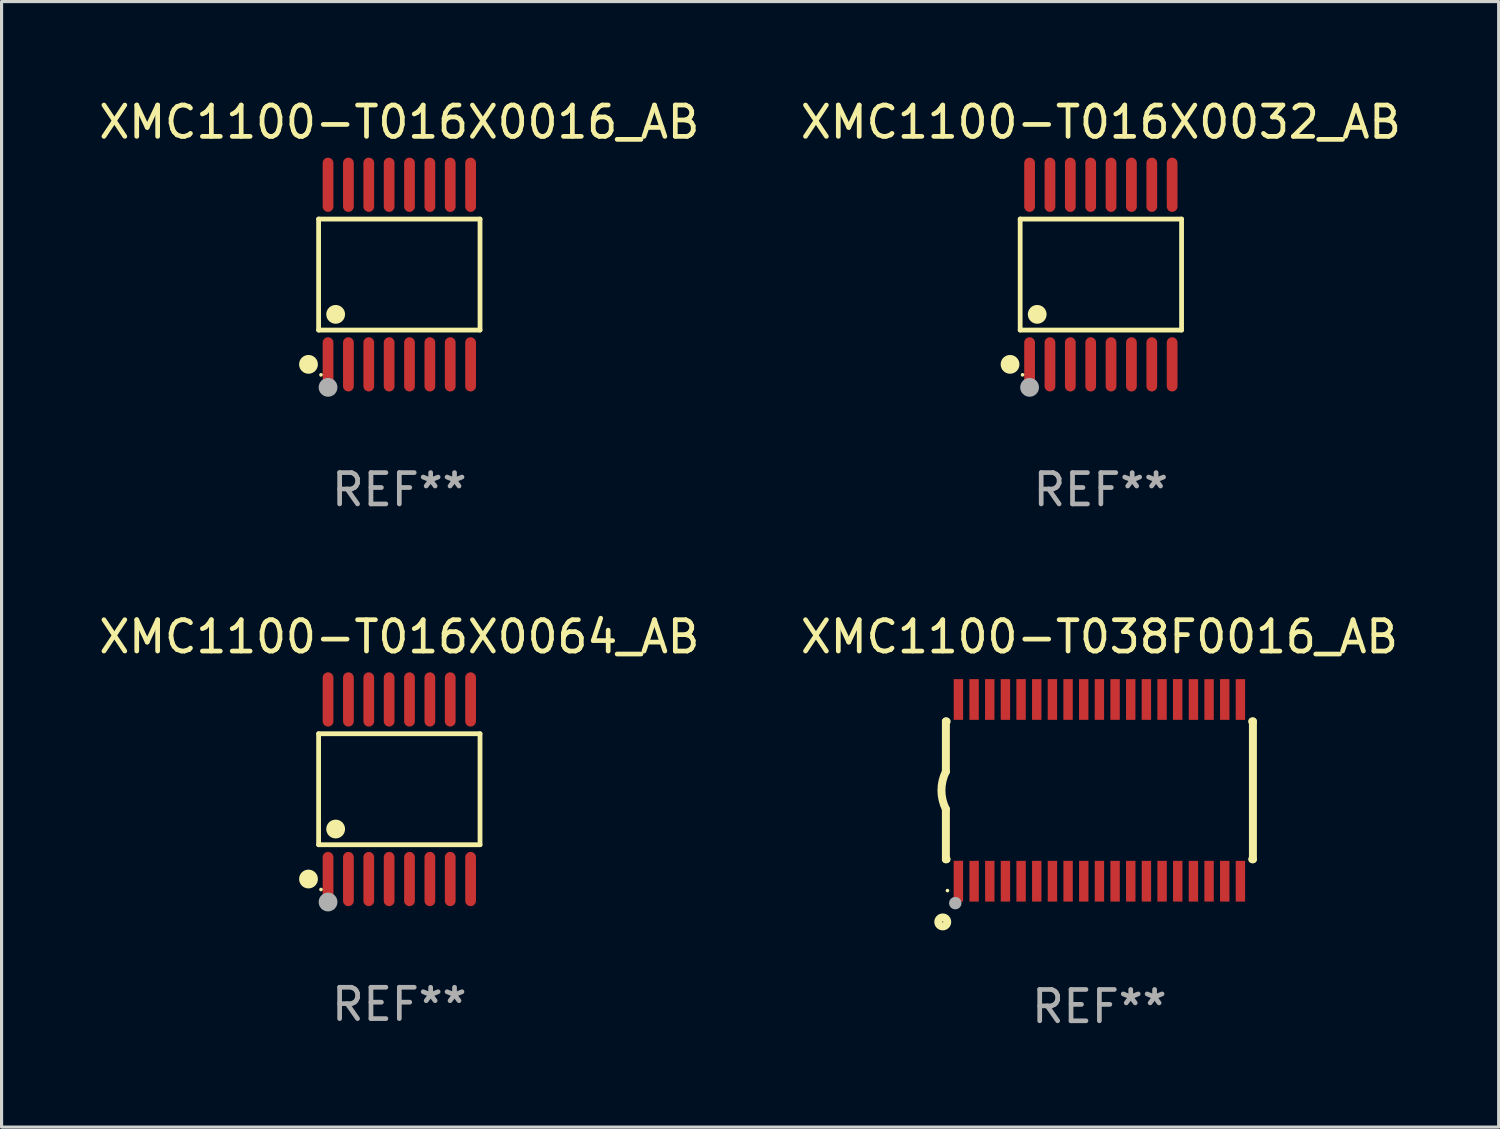
<source format=kicad_pcb>
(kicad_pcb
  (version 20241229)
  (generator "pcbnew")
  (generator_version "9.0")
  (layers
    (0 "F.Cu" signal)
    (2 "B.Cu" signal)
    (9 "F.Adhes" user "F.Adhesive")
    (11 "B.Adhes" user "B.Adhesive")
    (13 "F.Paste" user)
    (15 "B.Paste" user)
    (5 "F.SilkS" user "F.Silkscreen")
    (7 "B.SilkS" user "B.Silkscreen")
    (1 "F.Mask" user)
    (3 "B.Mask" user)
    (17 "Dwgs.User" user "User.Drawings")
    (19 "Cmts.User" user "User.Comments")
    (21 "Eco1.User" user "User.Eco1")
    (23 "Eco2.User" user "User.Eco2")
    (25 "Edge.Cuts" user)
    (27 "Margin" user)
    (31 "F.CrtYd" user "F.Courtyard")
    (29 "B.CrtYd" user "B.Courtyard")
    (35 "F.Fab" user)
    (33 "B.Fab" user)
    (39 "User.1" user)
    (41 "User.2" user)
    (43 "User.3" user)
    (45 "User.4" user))
  (footprint "XMC1100-T016X0016_AB"
    (layer "F.Cu")
    (at 9.696 5.714)
    (property "Reference" "XMC1100-T016X0016_AB" (at 0 -4.866 0) (layer "F.SilkS") (effects (font (size 1 1) (thickness 0.15))))
    (attr through_hole)
    (fp_line (start -2.576 -1.772) (end 2.576 -1.772) (stroke (width 0.152) (type solid)) (layer "F.SilkS"))
    (fp_line (start -2.576 1.771) (end -2.576 -1.772) (stroke (width 0.152) (type solid)) (layer "F.SilkS"))
    (fp_line (start 2.576 -1.772) (end 2.576 1.771) (stroke (width 0.152) (type solid)) (layer "F.SilkS"))
    (fp_line (start 2.576 1.771) (end -2.576 1.771) (stroke (width 0.152) (type solid)) (layer "F.SilkS"))
    (fp_circle (center -2.899 2.866) (end -2.749 2.866) (stroke (width 0.3) (type solid)) (fill no) (layer "F.SilkS"))
    (fp_circle (center -2.5 3.2) (end -2.47 3.2) (stroke (width 0.06) (type solid)) (fill no) (layer "F.SilkS"))
    (fp_circle (center -2.032 1.27) (end -1.882 1.27) (stroke (width 0.3) (type solid)) (fill no) (layer "F.SilkS"))
    (fp_circle (center -2.275 3.6) (end -2.125 3.6) (stroke (width 0.3) (type solid)) (fill no) (layer "F.Fab"))
    (fp_text user "REF**" (at 0 6.866 0) (layer "F.Fab") (effects (font (size 1 1) (thickness 0.15))))
    (pad "1" smd oval (at -2.275 2.866) (size 0.343 1.731) (layers "F.Cu" "F.Mask" "F.Paste"))
    (pad "2" smd oval (at -1.625 2.866) (size 0.343 1.731) (layers "F.Cu" "F.Mask" "F.Paste"))
    (pad "3" smd oval (at -0.975 2.866) (size 0.343 1.731) (layers "F.Cu" "F.Mask" "F.Paste"))
    (pad "4" smd oval (at -0.325 2.866) (size 0.343 1.731) (layers "F.Cu" "F.Mask" "F.Paste"))
    (pad "5" smd oval (at 0.325 2.866) (size 0.343 1.731) (layers "F.Cu" "F.Mask" "F.Paste"))
    (pad "6" smd oval (at 0.975 2.866) (size 0.343 1.731) (layers "F.Cu" "F.Mask" "F.Paste"))
    (pad "7" smd oval (at 1.625 2.866) (size 0.343 1.731) (layers "F.Cu" "F.Mask" "F.Paste"))
    (pad "8" smd oval (at 2.275 2.866) (size 0.343 1.731) (layers "F.Cu" "F.Mask" "F.Paste"))
    (pad "9" smd oval (at 2.275 -2.866) (size 0.343 1.731) (layers "F.Cu" "F.Mask" "F.Paste"))
    (pad "10" smd oval (at 1.625 -2.866) (size 0.343 1.731) (layers "F.Cu" "F.Mask" "F.Paste"))
    (pad "11" smd oval (at 0.975 -2.866) (size 0.343 1.731) (layers "F.Cu" "F.Mask" "F.Paste"))
    (pad "12" smd oval (at 0.325 -2.866) (size 0.343 1.731) (layers "F.Cu" "F.Mask" "F.Paste"))
    (pad "13" smd oval (at -0.325 -2.866) (size 0.343 1.731) (layers "F.Cu" "F.Mask" "F.Paste"))
    (pad "14" smd oval (at -0.975 -2.866) (size 0.343 1.731) (layers "F.Cu" "F.Mask" "F.Paste"))
    (pad "15" smd oval (at -1.625 -2.866) (size 0.343 1.731) (layers "F.Cu" "F.Mask" "F.Paste"))
    (pad "16" smd oval (at -2.275 -2.866) (size 0.343 1.731) (layers "F.Cu" "F.Mask" "F.Paste")))
  (footprint "XMC1100-T016X0064_AB"
    (layer "F.Cu")
    (at 9.696 22.142)
    (property "Reference" "XMC1100-T016X0064_AB" (at 0 -4.866 0) (layer "F.SilkS") (effects (font (size 1 1) (thickness 0.15))))
    (attr through_hole)
    (fp_line (start -2.576 -1.772) (end 2.576 -1.772) (stroke (width 0.152) (type solid)) (layer "F.SilkS"))
    (fp_line (start -2.576 1.771) (end -2.576 -1.772) (stroke (width 0.152) (type solid)) (layer "F.SilkS"))
    (fp_line (start 2.576 -1.772) (end 2.576 1.771) (stroke (width 0.152) (type solid)) (layer "F.SilkS"))
    (fp_line (start 2.576 1.771) (end -2.576 1.771) (stroke (width 0.152) (type solid)) (layer "F.SilkS"))
    (fp_circle (center -2.899 2.866) (end -2.749 2.866) (stroke (width 0.3) (type solid)) (fill no) (layer "F.SilkS"))
    (fp_circle (center -2.5 3.2) (end -2.47 3.2) (stroke (width 0.06) (type solid)) (fill no) (layer "F.SilkS"))
    (fp_circle (center -2.032 1.27) (end -1.882 1.27) (stroke (width 0.3) (type solid)) (fill no) (layer "F.SilkS"))
    (fp_circle (center -2.275 3.6) (end -2.125 3.6) (stroke (width 0.3) (type solid)) (fill no) (layer "F.Fab"))
    (fp_text user "REF**" (at 0 6.866 0) (layer "F.Fab") (effects (font (size 1 1) (thickness 0.15))))
    (pad "1" smd oval (at -2.275 2.866) (size 0.343 1.731) (layers "F.Cu" "F.Mask" "F.Paste"))
    (pad "2" smd oval (at -1.625 2.866) (size 0.343 1.731) (layers "F.Cu" "F.Mask" "F.Paste"))
    (pad "3" smd oval (at -0.975 2.866) (size 0.343 1.731) (layers "F.Cu" "F.Mask" "F.Paste"))
    (pad "4" smd oval (at -0.325 2.866) (size 0.343 1.731) (layers "F.Cu" "F.Mask" "F.Paste"))
    (pad "5" smd oval (at 0.325 2.866) (size 0.343 1.731) (layers "F.Cu" "F.Mask" "F.Paste"))
    (pad "6" smd oval (at 0.975 2.866) (size 0.343 1.731) (layers "F.Cu" "F.Mask" "F.Paste"))
    (pad "7" smd oval (at 1.625 2.866) (size 0.343 1.731) (layers "F.Cu" "F.Mask" "F.Paste"))
    (pad "8" smd oval (at 2.275 2.866) (size 0.343 1.731) (layers "F.Cu" "F.Mask" "F.Paste"))
    (pad "9" smd oval (at 2.275 -2.866) (size 0.343 1.731) (layers "F.Cu" "F.Mask" "F.Paste"))
    (pad "10" smd oval (at 1.625 -2.866) (size 0.343 1.731) (layers "F.Cu" "F.Mask" "F.Paste"))
    (pad "11" smd oval (at 0.975 -2.866) (size 0.343 1.731) (layers "F.Cu" "F.Mask" "F.Paste"))
    (pad "12" smd oval (at 0.325 -2.866) (size 0.343 1.731) (layers "F.Cu" "F.Mask" "F.Paste"))
    (pad "13" smd oval (at -0.325 -2.866) (size 0.343 1.731) (layers "F.Cu" "F.Mask" "F.Paste"))
    (pad "14" smd oval (at -0.975 -2.866) (size 0.343 1.731) (layers "F.Cu" "F.Mask" "F.Paste"))
    (pad "15" smd oval (at -1.625 -2.866) (size 0.343 1.731) (layers "F.Cu" "F.Mask" "F.Paste"))
    (pad "16" smd oval (at -2.275 -2.866) (size 0.343 1.731) (layers "F.Cu" "F.Mask" "F.Paste")))
  (footprint "XMC1100-T038F0016_AB"
    (layer "F.Cu")
    (at 32.042 22.177)
    (property "Reference" "XMC1100-T038F0016_AB" (at 0 -4.901 0) (layer "F.SilkS") (effects (font (size 1 1) (thickness 0.15))))
    (attr through_hole)
    (fp_line (start -4.9 -2.2) (end -4.9 -0.6) (stroke (width 0.254) (type solid)) (layer "F.SilkS"))
    (fp_line (start -4.9 -2.2) (end -4.876 -2.2) (stroke (width 0.254) (type solid)) (layer "F.SilkS"))
    (fp_line (start -4.9 2.2) (end -4.9 0.6) (stroke (width 0.254) (type solid)) (layer "F.SilkS"))
    (fp_line (start -4.9 2.2) (end -4.877 2.2) (stroke (width 0.254) (type solid)) (layer "F.SilkS"))
    (fp_line (start 4.876 -2.2) (end 4.9 -2.2) (stroke (width 0.254) (type solid)) (layer "F.SilkS"))
    (fp_line (start 4.877 2.2) (end 4.9 2.2) (stroke (width 0.254) (type solid)) (layer "F.SilkS"))
    (fp_line (start 4.9 -2.2) (end 4.9 2.2) (stroke (width 0.254) (type solid)) (layer "F.SilkS"))
    (fp_arc (start -4.900051 0.599822) (mid -5.041652 -0.000095) (end -4.9 -0.6) (stroke (width 0.254001) (type solid)) (layer "F.SilkS"))
    (fp_circle (center -5 4.2) (end -4.857 4.2) (stroke (width 0.254) (type solid)) (fill no) (layer "F.SilkS"))
    (fp_circle (center -4.85 3.2) (end -4.82 3.2) (stroke (width 0.06) (type solid)) (fill no) (layer "F.SilkS"))
    (fp_circle (center -4.6 3.6) (end -4.5 3.6) (stroke (width 0.2) (type solid)) (fill no) (layer "F.Fab"))
    (fp_text user "REF**" (at 0 6.901 0) (layer "F.Fab") (effects (font (size 1 1) (thickness 0.15))))
    (pad "1" smd rect (at -4.501 2.899 90) (size 1.3 0.3) (layers "F.Cu" "F.Mask" "F.Paste"))
    (pad "2" smd rect (at -3.999 2.901 90) (size 1.3 0.3) (layers "F.Cu" "F.Mask" "F.Paste"))
    (pad "3" smd rect (at -3.498 2.901 90) (size 1.3 0.3) (layers "F.Cu" "F.Mask" "F.Paste"))
    (pad "4" smd rect (at -2.999 2.901 90) (size 1.3 0.3) (layers "F.Cu" "F.Mask" "F.Paste"))
    (pad "5" smd rect (at -2.499 2.901 90) (size 1.3 0.3) (layers "F.Cu" "F.Mask" "F.Paste"))
    (pad "6" smd rect (at -1.999 2.901 90) (size 1.3 0.3) (layers "F.Cu" "F.Mask" "F.Paste"))
    (pad "7" smd rect (at -1.499 2.901 90) (size 1.3 0.3) (layers "F.Cu" "F.Mask" "F.Paste"))
    (pad "8" smd rect (at -0.999 2.901 90) (size 1.3 0.3) (layers "F.Cu" "F.Mask" "F.Paste"))
    (pad "9" smd rect (at -0.499 2.901 90) (size 1.3 0.3) (layers "F.Cu" "F.Mask" "F.Paste"))
    (pad "10" smd rect (at 0.001 2.901 90) (size 1.3 0.3) (layers "F.Cu" "F.Mask" "F.Paste"))
    (pad "11" smd rect (at 0.501 2.901 90) (size 1.3 0.3) (layers "F.Cu" "F.Mask" "F.Paste"))
    (pad "12" smd rect (at 1.001 2.901 90) (size 1.3 0.3) (layers "F.Cu" "F.Mask" "F.Paste"))
    (pad "13" smd rect (at 1.501 2.901 90) (size 1.3 0.3) (layers "F.Cu" "F.Mask" "F.Paste"))
    (pad "14" smd rect (at 2.001 2.901 90) (size 1.3 0.3) (layers "F.Cu" "F.Mask" "F.Paste"))
    (pad "15" smd rect (at 2.501 2.901 90) (size 1.3 0.3) (layers "F.Cu" "F.Mask" "F.Paste"))
    (pad "16" smd rect (at 3.001 2.901 90) (size 1.3 0.3) (layers "F.Cu" "F.Mask" "F.Paste"))
    (pad "17" smd rect (at 3.501 2.901 90) (size 1.3 0.3) (layers "F.Cu" "F.Mask" "F.Paste"))
    (pad "18" smd rect (at 4.001 2.901 90) (size 1.3 0.3) (layers "F.Cu" "F.Mask" "F.Paste"))
    (pad "19" smd rect (at 4.501 2.901 90) (size 1.3 0.3) (layers "F.Cu" "F.Mask" "F.Paste"))
    (pad "20" smd rect (at 4.501 -2.899 90) (size 1.3 0.3) (layers "F.Cu" "F.Mask" "F.Paste"))
    (pad "21" smd rect (at 4.001 -2.9 90) (size 1.3 0.3) (layers "F.Cu" "F.Mask" "F.Paste"))
    (pad "22" smd rect (at 3.501 -2.899 90) (size 1.3 0.3) (layers "F.Cu" "F.Mask" "F.Paste"))
    (pad "23" smd rect (at 3.002 -2.899 90) (size 1.3 0.3) (layers "F.Cu" "F.Mask" "F.Paste"))
    (pad "24" smd rect (at 2.499 -2.901 90) (size 1.3 0.3) (layers "F.Cu" "F.Mask" "F.Paste"))
    (pad "25" smd rect (at 2 -2.9 90) (size 1.3 0.3) (layers "F.Cu" "F.Mask" "F.Paste"))
    (pad "26" smd rect (at 1.5 -2.9 90) (size 1.3 0.3) (layers "F.Cu" "F.Mask" "F.Paste"))
    (pad "27" smd rect (at 1 -2.9 90) (size 1.3 0.3) (layers "F.Cu" "F.Mask" "F.Paste"))
    (pad "28" smd rect (at 0.5 -2.9 90) (size 1.3 0.3) (layers "F.Cu" "F.Mask" "F.Paste"))
    (pad "29" smd rect (at 0.000127 -2.9 90) (size 1.3 0.3) (layers "F.Cu" "F.Mask" "F.Paste"))
    (pad "30" smd rect (at -0.5 -2.9 90) (size 1.3 0.3) (layers "F.Cu" "F.Mask" "F.Paste"))
    (pad "31" smd rect (at -1 -2.9 90) (size 1.3 0.3) (layers "F.Cu" "F.Mask" "F.Paste"))
    (pad "32" smd rect (at -1.5 -2.9 90) (size 1.3 0.3) (layers "F.Cu" "F.Mask" "F.Paste"))
    (pad "33" smd rect (at -2 -2.9 90) (size 1.3 0.3) (layers "F.Cu" "F.Mask" "F.Paste"))
    (pad "34" smd rect (at -2.5 -2.9 90) (size 1.3 0.3) (layers "F.Cu" "F.Mask" "F.Paste"))
    (pad "35" smd rect (at -3 -2.9 90) (size 1.3 0.3) (layers "F.Cu" "F.Mask" "F.Paste"))
    (pad "36" smd rect (at -3.5 -2.9 90) (size 1.3 0.3) (layers "F.Cu" "F.Mask" "F.Paste"))
    (pad "37" smd rect (at -4 -2.9 90) (size 1.3 0.3) (layers "F.Cu" "F.Mask" "F.Paste"))
    (pad "38" smd rect (at -4.5 -2.9 90) (size 1.3 0.3) (layers "F.Cu" "F.Mask" "F.Paste")))
  (footprint "XMC1100-T016X0032_AB"
    (layer "F.Cu")
    (at 32.089 5.714)
    (property "Reference" "XMC1100-T016X0032_AB" (at 0 -4.866 0) (layer "F.SilkS") (effects (font (size 1 1) (thickness 0.15))))
    (attr through_hole)
    (fp_line (start -2.576 -1.772) (end 2.576 -1.772) (stroke (width 0.152) (type solid)) (layer "F.SilkS"))
    (fp_line (start -2.576 1.771) (end -2.576 -1.772) (stroke (width 0.152) (type solid)) (layer "F.SilkS"))
    (fp_line (start 2.576 -1.772) (end 2.576 1.771) (stroke (width 0.152) (type solid)) (layer "F.SilkS"))
    (fp_line (start 2.576 1.771) (end -2.576 1.771) (stroke (width 0.152) (type solid)) (layer "F.SilkS"))
    (fp_circle (center -2.899 2.866) (end -2.749 2.866) (stroke (width 0.3) (type solid)) (fill no) (layer "F.SilkS"))
    (fp_circle (center -2.5 3.2) (end -2.47 3.2) (stroke (width 0.06) (type solid)) (fill no) (layer "F.SilkS"))
    (fp_circle (center -2.032 1.27) (end -1.882 1.27) (stroke (width 0.3) (type solid)) (fill no) (layer "F.SilkS"))
    (fp_circle (center -2.275 3.6) (end -2.125 3.6) (stroke (width 0.3) (type solid)) (fill no) (layer "F.Fab"))
    (fp_text user "REF**" (at 0 6.866 0) (layer "F.Fab") (effects (font (size 1 1) (thickness 0.15))))
    (pad "1" smd oval (at -2.275 2.866) (size 0.343 1.731) (layers "F.Cu" "F.Mask" "F.Paste"))
    (pad "2" smd oval (at -1.625 2.866) (size 0.343 1.731) (layers "F.Cu" "F.Mask" "F.Paste"))
    (pad "3" smd oval (at -0.975 2.866) (size 0.343 1.731) (layers "F.Cu" "F.Mask" "F.Paste"))
    (pad "4" smd oval (at -0.325 2.866) (size 0.343 1.731) (layers "F.Cu" "F.Mask" "F.Paste"))
    (pad "5" smd oval (at 0.325 2.866) (size 0.343 1.731) (layers "F.Cu" "F.Mask" "F.Paste"))
    (pad "6" smd oval (at 0.975 2.866) (size 0.343 1.731) (layers "F.Cu" "F.Mask" "F.Paste"))
    (pad "7" smd oval (at 1.625 2.866) (size 0.343 1.731) (layers "F.Cu" "F.Mask" "F.Paste"))
    (pad "8" smd oval (at 2.275 2.866) (size 0.343 1.731) (layers "F.Cu" "F.Mask" "F.Paste"))
    (pad "9" smd oval (at 2.275 -2.866) (size 0.343 1.731) (layers "F.Cu" "F.Mask" "F.Paste"))
    (pad "10" smd oval (at 1.625 -2.866) (size 0.343 1.731) (layers "F.Cu" "F.Mask" "F.Paste"))
    (pad "11" smd oval (at 0.975 -2.866) (size 0.343 1.731) (layers "F.Cu" "F.Mask" "F.Paste"))
    (pad "12" smd oval (at 0.325 -2.866) (size 0.343 1.731) (layers "F.Cu" "F.Mask" "F.Paste"))
    (pad "13" smd oval (at -0.325 -2.866) (size 0.343 1.731) (layers "F.Cu" "F.Mask" "F.Paste"))
    (pad "14" smd oval (at -0.975 -2.866) (size 0.343 1.731) (layers "F.Cu" "F.Mask" "F.Paste"))
    (pad "15" smd oval (at -1.625 -2.866) (size 0.343 1.731) (layers "F.Cu" "F.Mask" "F.Paste"))
    (pad "16" smd oval (at -2.275 -2.866) (size 0.343 1.731) (layers "F.Cu" "F.Mask" "F.Paste")))
  (gr_rect
    (start -3 -3)
    (end 44.786 32.927)
    (stroke (width 0.1) (type default))
    (fill no)
    (layer "Edge.Cuts")))
</source>
